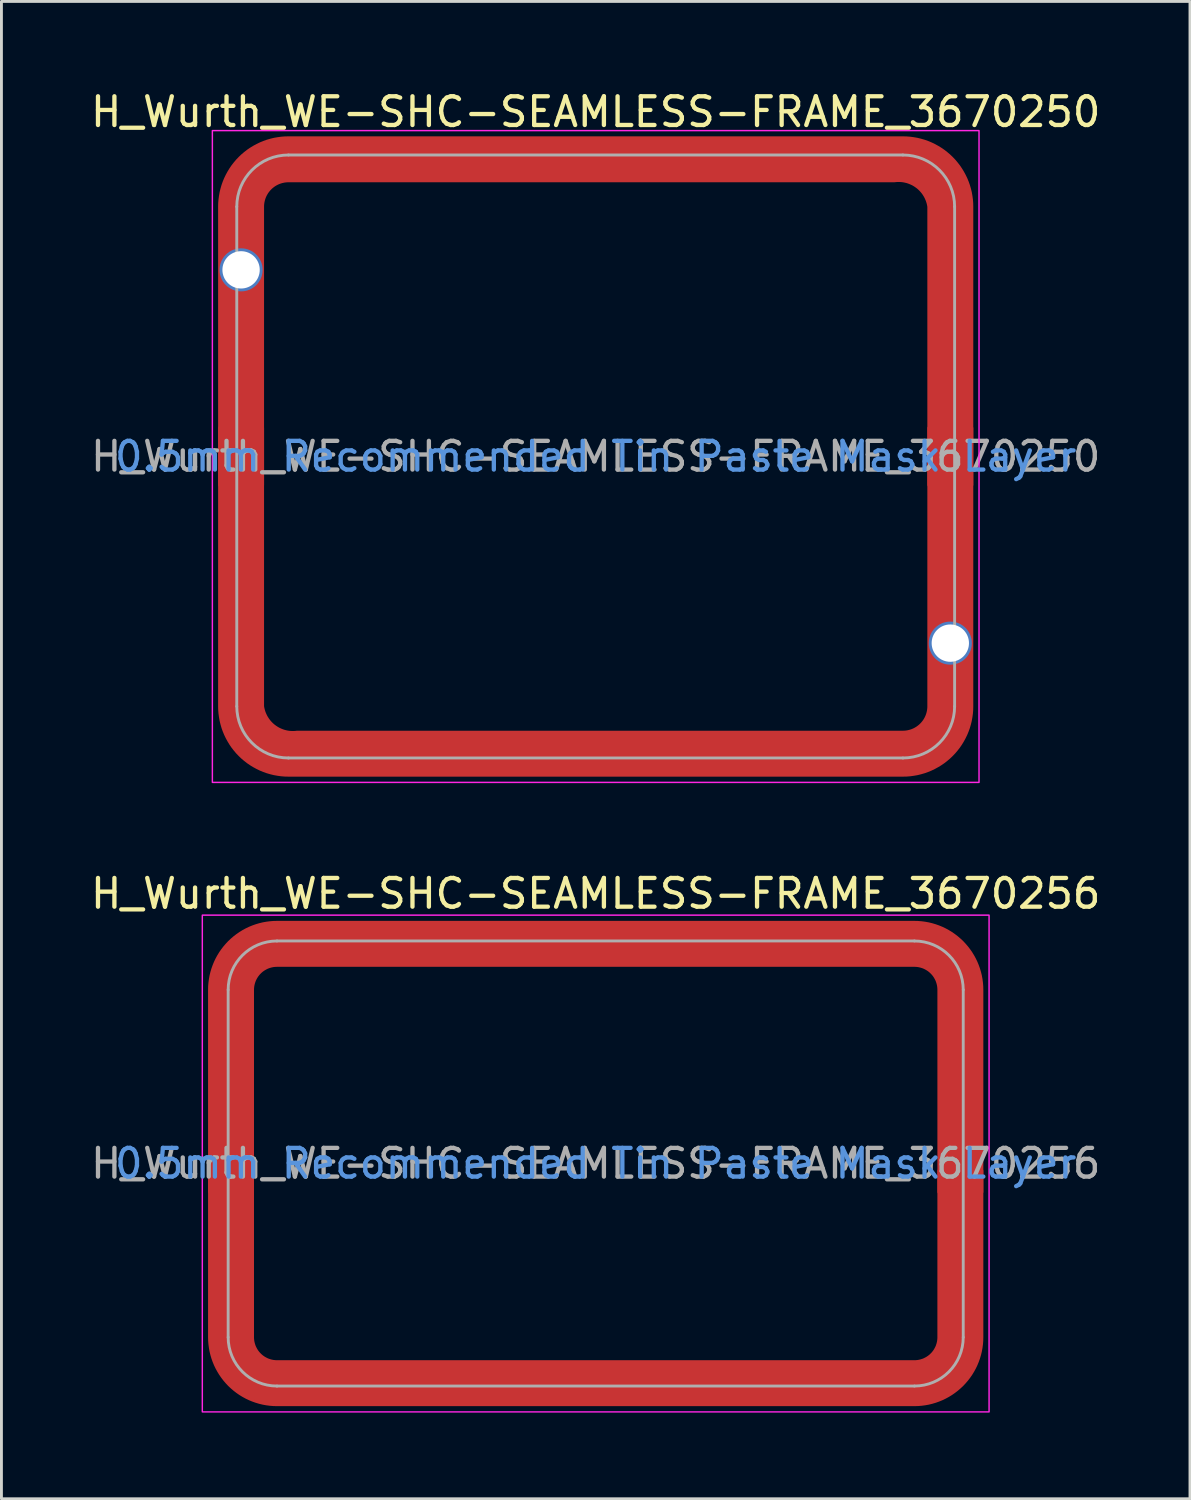
<source format=kicad_pcb>
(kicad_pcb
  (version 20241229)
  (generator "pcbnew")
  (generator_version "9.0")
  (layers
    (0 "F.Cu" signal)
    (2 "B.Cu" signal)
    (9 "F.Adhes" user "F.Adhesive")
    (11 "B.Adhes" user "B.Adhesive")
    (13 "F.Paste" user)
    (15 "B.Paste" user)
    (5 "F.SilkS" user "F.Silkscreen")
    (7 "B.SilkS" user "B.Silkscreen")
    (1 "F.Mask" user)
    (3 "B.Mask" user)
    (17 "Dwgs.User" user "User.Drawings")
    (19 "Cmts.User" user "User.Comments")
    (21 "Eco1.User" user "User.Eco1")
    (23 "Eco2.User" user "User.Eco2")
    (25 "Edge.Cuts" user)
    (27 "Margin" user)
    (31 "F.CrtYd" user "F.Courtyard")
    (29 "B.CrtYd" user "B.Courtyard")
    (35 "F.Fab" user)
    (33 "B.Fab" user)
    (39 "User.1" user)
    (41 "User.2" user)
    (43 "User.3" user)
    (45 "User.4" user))
  (footprint "H_Wurth_WE-SHC-SEAMLESS-FRAME_3670256"
    (layer "F.Cu")
    (at 17.696 37.471)
    (property "Reference" "H_Wurth_WE-SHC-SEAMLESS-FRAME_3670256" (at 0 -9.4 0) (unlocked yes) (layer "F.SilkS") (effects (font (size 1 1) (thickness 0.15))))
    (attr smd)
    (fp_poly (pts (xy 11.95 0.25) (xy 13.45 0.25) (xy 13.45 6.05) (xy 13.447 6.173) (xy 13.437 6.296) (xy 13.421 6.418) (xy 13.399 6.539) (xy 13.37 6.658) (xy 13.335 6.776) (xy 13.294 6.892) (xy 13.247 7.006) (xy 13.194 7.117) (xy 13.135 7.225) (xy 13.071 7.33) (xy 13.001 7.431) (xy 12.926 7.529) (xy 12.846 7.622) (xy 12.762 7.712) (xy 12.672 7.796) (xy 12.579 7.876) (xy 12.481 7.951) (xy 12.38 8.021) (xy 12.275 8.085) (xy 12.167 8.144) (xy 12.056 8.197) (xy 11.942 8.244) (xy 11.826 8.285) (xy 11.708 8.32) (xy 11.589 8.349) (xy 11.468 8.371) (xy 11.346 8.387) (xy 11.223 8.397) (xy 11.1 8.4) (xy -11.1 8.4) (xy -11.223 8.397) (xy -11.346 8.387) (xy -11.468 8.371) (xy -11.589 8.349) (xy -11.708 8.32) (xy -11.826 8.285) (xy -11.942 8.244) (xy -12.056 8.197) (xy -12.167 8.144) (xy -12.275 8.085) (xy -12.38 8.021) (xy -12.481 7.951) (xy -12.579 7.876) (xy -12.672 7.796) (xy -12.762 7.712) (xy -12.846 7.622) (xy -12.926 7.529) (xy -13.001 7.431) (xy -13.071 7.33) (xy -13.135 7.225) (xy -13.194 7.117) (xy -13.247 7.006) (xy -13.294 6.892) (xy -13.335 6.776) (xy -13.37 6.658) (xy -13.399 6.539) (xy -13.421 6.418) (xy -13.437 6.296) (xy -13.447 6.173) (xy -13.45 6.05) (xy -13.45 0.25) (xy -11.95 0.25) (xy -11.95 6.05) (xy -11.949 6.094) (xy -11.945 6.139) (xy -11.94 6.183) (xy -11.931 6.227) (xy -11.921 6.27) (xy -11.908 6.313) (xy -11.894 6.355) (xy -11.877 6.396) (xy -11.857 6.436) (xy -11.836 6.475) (xy -11.813 6.513) (xy -11.788 6.55) (xy -11.761 6.585) (xy -11.732 6.619) (xy -11.701 6.651) (xy -11.669 6.682) (xy -11.635 6.711) (xy -11.6 6.738) (xy -11.563 6.763) (xy -11.525 6.786) (xy -11.486 6.807) (xy -11.446 6.827) (xy -11.405 6.844) (xy -11.363 6.858) (xy -11.32 6.871) (xy -11.277 6.881) (xy -11.233 6.89) (xy -11.189 6.895) (xy -11.144 6.899) (xy -11.1 6.9) (xy 11.1 6.9) (xy 11.144 6.899) (xy 11.189 6.895) (xy 11.233 6.89) (xy 11.277 6.881) (xy 11.32 6.871) (xy 11.363 6.858) (xy 11.405 6.844) (xy 11.446 6.827) (xy 11.486 6.807) (xy 11.525 6.786) (xy 11.563 6.763) (xy 11.6 6.738) (xy 11.635 6.711) (xy 11.669 6.682) (xy 11.701 6.651) (xy 11.732 6.619) (xy 11.761 6.585) (xy 11.788 6.55) (xy 11.813 6.513) (xy 11.836 6.475) (xy 11.857 6.436) (xy 11.877 6.396) (xy 11.894 6.355) (xy 11.908 6.313) (xy 11.921 6.27) (xy 11.931 6.227) (xy 11.94 6.183) (xy 11.945 6.139) (xy 11.949 6.094) (xy 11.95 6.05) (xy 11.95 0.25)) (stroke (width 0.1) (type solid)) (fill yes) (layer "F.Cu"))
    (fp_poly (pts (xy 11.95 0.25) (xy 13.45 0.25) (xy 13.45 6.05) (xy 13.447 6.173) (xy 13.437 6.296) (xy 13.421 6.418) (xy 13.399 6.539) (xy 13.37 6.658) (xy 13.335 6.776) (xy 13.294 6.892) (xy 13.247 7.006) (xy 13.194 7.117) (xy 13.135 7.225) (xy 13.071 7.33) (xy 13.001 7.431) (xy 12.926 7.529) (xy 12.846 7.622) (xy 12.762 7.712) (xy 12.672 7.796) (xy 12.579 7.876) (xy 12.481 7.951) (xy 12.38 8.021) (xy 12.275 8.085) (xy 12.167 8.144) (xy 12.056 8.197) (xy 11.942 8.244) (xy 11.826 8.285) (xy 11.708 8.32) (xy 11.589 8.349) (xy 11.468 8.371) (xy 11.346 8.387) (xy 11.223 8.397) (xy 11.1 8.4) (xy -11.1 8.4) (xy -11.223 8.397) (xy -11.346 8.387) (xy -11.468 8.371) (xy -11.589 8.349) (xy -11.708 8.32) (xy -11.826 8.285) (xy -11.942 8.244) (xy -12.056 8.197) (xy -12.167 8.144) (xy -12.275 8.085) (xy -12.38 8.021) (xy -12.481 7.951) (xy -12.579 7.876) (xy -12.672 7.796) (xy -12.762 7.712) (xy -12.846 7.622) (xy -12.926 7.529) (xy -13.001 7.431) (xy -13.071 7.33) (xy -13.135 7.225) (xy -13.194 7.117) (xy -13.247 7.006) (xy -13.294 6.892) (xy -13.335 6.776) (xy -13.37 6.658) (xy -13.399 6.539) (xy -13.421 6.418) (xy -13.437 6.296) (xy -13.447 6.173) (xy -13.45 6.05) (xy -13.45 0.25) (xy -11.95 0.25) (xy -11.95 6.05) (xy -11.949 6.094) (xy -11.945 6.139) (xy -11.94 6.183) (xy -11.931 6.227) (xy -11.921 6.27) (xy -11.908 6.313) (xy -11.894 6.355) (xy -11.877 6.396) (xy -11.857 6.436) (xy -11.836 6.475) (xy -11.813 6.513) (xy -11.788 6.55) (xy -11.761 6.585) (xy -11.732 6.619) (xy -11.701 6.651) (xy -11.669 6.682) (xy -11.635 6.711) (xy -11.6 6.738) (xy -11.563 6.763) (xy -11.525 6.786) (xy -11.486 6.807) (xy -11.446 6.827) (xy -11.405 6.844) (xy -11.363 6.858) (xy -11.32 6.871) (xy -11.277 6.881) (xy -11.233 6.89) (xy -11.189 6.895) (xy -11.144 6.899) (xy -11.1 6.9) (xy 11.1 6.9) (xy 11.144 6.899) (xy 11.189 6.895) (xy 11.233 6.89) (xy 11.277 6.881) (xy 11.32 6.871) (xy 11.363 6.858) (xy 11.405 6.844) (xy 11.446 6.827) (xy 11.486 6.807) (xy 11.525 6.786) (xy 11.563 6.763) (xy 11.6 6.738) (xy 11.635 6.711) (xy 11.669 6.682) (xy 11.701 6.651) (xy 11.732 6.619) (xy 11.761 6.585) (xy 11.788 6.55) (xy 11.813 6.513) (xy 11.836 6.475) (xy 11.857 6.436) (xy 11.877 6.396) (xy 11.894 6.355) (xy 11.908 6.313) (xy 11.921 6.27) (xy 11.931 6.227) (xy 11.94 6.183) (xy 11.945 6.139) (xy 11.949 6.094) (xy 11.95 6.05) (xy 11.95 0.25)) (stroke (width 0.1) (type solid)) (fill yes) (layer "F.Mask"))
    (fp_poly (pts (xy 11.95 0.25) (xy 13.45 0.25) (xy 13.45 6.05) (xy 13.447 6.173) (xy 13.437 6.296) (xy 13.421 6.418) (xy 13.399 6.539) (xy 13.37 6.658) (xy 13.335 6.776) (xy 13.294 6.892) (xy 13.247 7.006) (xy 13.194 7.117) (xy 13.135 7.225) (xy 13.071 7.33) (xy 13.001 7.431) (xy 12.926 7.529) (xy 12.846 7.622) (xy 12.762 7.712) (xy 12.672 7.796) (xy 12.579 7.876) (xy 12.481 7.951) (xy 12.38 8.021) (xy 12.275 8.085) (xy 12.167 8.144) (xy 12.056 8.197) (xy 11.942 8.244) (xy 11.826 8.285) (xy 11.708 8.32) (xy 11.589 8.349) (xy 11.468 8.371) (xy 11.346 8.387) (xy 11.223 8.397) (xy 11.1 8.4) (xy -11.1 8.4) (xy -11.223 8.397) (xy -11.346 8.387) (xy -11.468 8.371) (xy -11.589 8.349) (xy -11.708 8.32) (xy -11.826 8.285) (xy -11.942 8.244) (xy -12.056 8.197) (xy -12.167 8.144) (xy -12.275 8.085) (xy -12.38 8.021) (xy -12.481 7.951) (xy -12.579 7.876) (xy -12.672 7.796) (xy -12.762 7.712) (xy -12.846 7.622) (xy -12.926 7.529) (xy -13.001 7.431) (xy -13.071 7.33) (xy -13.135 7.225) (xy -13.194 7.117) (xy -13.247 7.006) (xy -13.294 6.892) (xy -13.335 6.776) (xy -13.37 6.658) (xy -13.399 6.539) (xy -13.421 6.418) (xy -13.437 6.296) (xy -13.447 6.173) (xy -13.45 6.05) (xy -13.45 0.25) (xy -11.95 0.25) (xy -11.95 6.05) (xy -11.949 6.094) (xy -11.945 6.139) (xy -11.94 6.183) (xy -11.931 6.227) (xy -11.921 6.27) (xy -11.908 6.313) (xy -11.894 6.355) (xy -11.877 6.396) (xy -11.857 6.436) (xy -11.836 6.475) (xy -11.813 6.513) (xy -11.788 6.55) (xy -11.761 6.585) (xy -11.732 6.619) (xy -11.701 6.651) (xy -11.669 6.682) (xy -11.635 6.711) (xy -11.6 6.738) (xy -11.563 6.763) (xy -11.525 6.786) (xy -11.486 6.807) (xy -11.446 6.827) (xy -11.405 6.844) (xy -11.363 6.858) (xy -11.32 6.871) (xy -11.277 6.881) (xy -11.233 6.89) (xy -11.189 6.895) (xy -11.144 6.899) (xy -11.1 6.9) (xy 11.1 6.9) (xy 11.144 6.899) (xy 11.189 6.895) (xy 11.233 6.89) (xy 11.277 6.881) (xy 11.32 6.871) (xy 11.363 6.858) (xy 11.405 6.844) (xy 11.446 6.827) (xy 11.486 6.807) (xy 11.525 6.786) (xy 11.563 6.763) (xy 11.6 6.738) (xy 11.635 6.711) (xy 11.669 6.682) (xy 11.701 6.651) (xy 11.732 6.619) (xy 11.761 6.585) (xy 11.788 6.55) (xy 11.813 6.513) (xy 11.836 6.475) (xy 11.857 6.436) (xy 11.877 6.396) (xy 11.894 6.355) (xy 11.908 6.313) (xy 11.921 6.27) (xy 11.931 6.227) (xy 11.94 6.183) (xy 11.945 6.139) (xy 11.949 6.094) (xy 11.95 6.05) (xy 11.95 0.25)) (stroke (width 0.1) (type solid)) (fill yes) (layer "F.Paste"))
    (fp_rect (start -13.7 -8.65) (end 13.7 8.65) (stroke (width 0.05) (type solid)) (fill no) (layer "F.CrtYd"))
    (fp_line (start -12.8 6.05) (end -12.8 -6.05) (stroke (width 0.1) (type solid)) (layer "F.Fab"))
    (fp_line (start -11.1 -7.75) (end 11.1 -7.75) (stroke (width 0.1) (type solid)) (layer "F.Fab"))
    (fp_line (start -11.1 7.75) (end 11.1 7.75) (stroke (width 0.1) (type solid)) (layer "F.Fab"))
    (fp_line (start 12.8 6.05) (end 12.8 -6.05) (stroke (width 0.1) (type solid)) (layer "F.Fab"))
    (fp_arc (start -12.8 -6.05) (mid -12.302082 -7.252082) (end -11.1 -7.75) (stroke (width 0.1) (type default)) (layer "F.Fab"))
    (fp_arc (start -11.1 7.75) (mid -12.302082 7.252082) (end -12.8 6.05) (stroke (width 0.1) (type default)) (layer "F.Fab"))
    (fp_arc (start 11.1 -7.75) (mid 12.302082 -7.252082) (end 12.8 -6.05) (stroke (width 0.1) (type default)) (layer "F.Fab"))
    (fp_arc (start 12.8 6.05) (mid 12.302082 7.252082) (end 11.1 7.75) (stroke (width 0.1) (type default)) (layer "F.Fab"))
    (fp_text user "0.5mm Recommended Tin Paste Mask Layer" (at 0 0 0) (unlocked yes) (layer "Cmts.User") (effects (font (size 1 1) (thickness 0.15))))
    (fp_text user "${REFERENCE}" (at 0 0 0) (unlocked yes) (layer "F.Fab") (effects (font (size 1 1) (thickness 0.15))))
    (pad "1" smd custom (at -12.7 0) (size 1 10) (layers "F.Cu" "F.Mask" "F.Paste") (options (anchor rect)) (primitives (gr_poly (pts (xy 0.75 1) (xy -0.75 1) (xy -0.75 -6.05) (xy -0.747 -6.173) (xy -0.737 -6.296) (xy -0.721 -6.418) (xy -0.699 -6.539) (xy -0.67 -6.658) (xy -0.635 -6.776) (xy -0.594 -6.892) (xy -0.547 -7.006) (xy -0.494 -7.117) (xy -0.435 -7.225) (xy -0.371 -7.33) (xy -0.301 -7.431) (xy -0.226 -7.529) (xy -0.146 -7.622) (xy -0.062 -7.712) (xy 0.028 -7.796) (xy 0.121 -7.876) (xy 0.219 -7.951) (xy 0.32 -8.021) (xy 0.425 -8.085) (xy 0.533 -8.144) (xy 0.644 -8.197) (xy 0.758 -8.244) (xy 0.874 -8.285) (xy 0.992 -8.32) (xy 1.111 -8.349) (xy 1.232 -8.371) (xy 1.354 -8.387) (xy 1.477 -8.397) (xy 1.6 -8.4) (xy 23.8 -8.4) (xy 23.923 -8.397) (xy 24.046 -8.387) (xy 24.168 -8.371) (xy 24.289 -8.349) (xy 24.408 -8.32) (xy 24.526 -8.285) (xy 24.642 -8.244) (xy 24.756 -8.197) (xy 24.867 -8.144) (xy 24.975 -8.085) (xy 25.08 -8.021) (xy 25.181 -7.951) (xy 25.279 -7.876) (xy 25.372 -7.796) (xy 25.462 -7.712) (xy 25.546 -7.622) (xy 25.626 -7.529) (xy 25.701 -7.431) (xy 25.771 -7.33) (xy 25.835 -7.225) (xy 25.894 -7.117) (xy 25.947 -7.006) (xy 25.994 -6.892) (xy 26.035 -6.776) (xy 26.07 -6.658) (xy 26.099 -6.539) (xy 26.121 -6.418) (xy 26.137 -6.296) (xy 26.147 -6.173) (xy 26.15 -6.05) (xy 26.15 1) (xy 24.65 1) (xy 24.65 -6.05) (xy 24.649 -6.094) (xy 24.645 -6.139) (xy 24.64 -6.183) (xy 24.631 -6.227) (xy 24.621 -6.27) (xy 24.608 -6.313) (xy 24.594 -6.355) (xy 24.577 -6.396) (xy 24.557 -6.436) (xy 24.536 -6.475) (xy 24.513 -6.513) (xy 24.488 -6.55) (xy 24.461 -6.585) (xy 24.432 -6.619) (xy 24.401 -6.651) (xy 24.369 -6.682) (xy 24.335 -6.711) (xy 24.3 -6.738) (xy 24.263 -6.763) (xy 24.225 -6.786) (xy 24.186 -6.807) (xy 24.146 -6.827) (xy 24.105 -6.844) (xy 24.063 -6.858) (xy 24.02 -6.871) (xy 23.977 -6.881) (xy 23.933 -6.89) (xy 23.889 -6.895) (xy 23.844 -6.899) (xy 23.8 -6.9) (xy 1.6 -6.9) (xy 1.556 -6.899) (xy 1.511 -6.895) (xy 1.467 -6.89) (xy 1.423 -6.881) (xy 1.38 -6.871) (xy 1.337 -6.858) (xy 1.295 -6.844) (xy 1.254 -6.827) (xy 1.214 -6.807) (xy 1.175 -6.786) (xy 1.137 -6.763) (xy 1.1 -6.738) (xy 1.065 -6.711) (xy 1.031 -6.682) (xy 0.999 -6.651) (xy 0.968 -6.619) (xy 0.939 -6.585) (xy 0.912 -6.55) (xy 0.887 -6.513) (xy 0.864 -6.475) (xy 0.843 -6.436) (xy 0.823 -6.396) (xy 0.806 -6.355) (xy 0.792 -6.313) (xy 0.779 -6.27) (xy 0.769 -6.227) (xy 0.76 -6.183) (xy 0.755 -6.139) (xy 0.751 -6.094) (xy 0.75 -6.05) (xy 0.75 1)) (width 0.1) (fill yes)))))
  (footprint "H_Wurth_WE-SHC-SEAMLESS-FRAME_3670250"
    (layer "F.Cu")
    (at 17.696 12.848)
    (property "Reference" "H_Wurth_WE-SHC-SEAMLESS-FRAME_3670250" (at 0 -12 0) (unlocked yes) (layer "F.SilkS") (effects (font (size 1 1) (thickness 0.15))))
    (attr smd)
    (fp_rect (start -13.35 -11.35) (end 13.35 11.35) (stroke (width 0.05) (type solid)) (fill no) (layer "F.CrtYd"))
    (fp_line (start -12.5 8.7) (end -12.5 -8.7) (stroke (width 0.1) (type solid)) (layer "F.Fab"))
    (fp_line (start -10.7 -10.5) (end 10.7 -10.5) (stroke (width 0.1) (type solid)) (layer "F.Fab"))
    (fp_line (start -10.7 10.5) (end 10.7 10.5) (stroke (width 0.1) (type solid)) (layer "F.Fab"))
    (fp_line (start 12.5 8.7) (end 12.5 -8.7) (stroke (width 0.1) (type solid)) (layer "F.Fab"))
    (fp_arc (start -12.5 -8.7) (mid -11.972792 -9.972792) (end -10.7 -10.5) (stroke (width 0.1) (type default)) (layer "F.Fab"))
    (fp_arc (start -10.7 10.5) (mid -11.972792 9.972792) (end -12.5 8.7) (stroke (width 0.1) (type default)) (layer "F.Fab"))
    (fp_arc (start 10.7 -10.5) (mid 11.972792 -9.972792) (end 12.5 -8.7) (stroke (width 0.1) (type default)) (layer "F.Fab"))
    (fp_arc (start 12.5 8.7) (mid 11.972792 9.972792) (end 10.7 10.5) (stroke (width 0.1) (type default)) (layer "F.Fab"))
    (fp_text user "0.5mm Recommended Tin Paste Mask Layer" (at 0 0 0) (unlocked yes) (layer "Cmts.User") (effects (font (size 1 1) (thickness 0.15))))
    (fp_text user "${REFERENCE}" (at 0 0 0) (unlocked yes) (layer "F.Fab") (effects (font (size 1 1) (thickness 0.15))))
    (pad "1" thru_hole circle (at -12.35 -6.5) (size 1.5 1.5) (drill 1.3) (layers "*.Cu" "*.Mask"))
    (pad "1" smd custom (at 0 -10.35) (size 19.2 1.5) (layers "F.Cu" "F.Mask" "F.Paste") (options (anchor rect)) (primitives (gr_poly (pts (xy -11.6 11.35) (xy -13.1 11.35) (xy -13.1 1.65) (xy -13.097 1.524) (xy -13.087 1.399) (xy -13.07 1.275) (xy -13.048 1.151) (xy -13.018 1.029) (xy -12.983 0.908) (xy -12.941 0.79) (xy -12.893 0.674) (xy -12.838 0.56) (xy -12.778 0.45) (xy -12.713 0.343) (xy -12.642 0.239) (xy -12.565 0.14) (xy -12.484 0.044) (xy -12.397 -0.047) (xy -12.306 -0.134) (xy -12.21 -0.215) (xy -12.111 -0.292) (xy -12.007 -0.363) (xy -11.9 -0.428) (xy -11.79 -0.488) (xy -11.676 -0.543) (xy -11.56 -0.591) (xy -11.442 -0.633) (xy -11.321 -0.668) (xy -11.199 -0.698) (xy -11.075 -0.72) (xy -10.951 -0.737) (xy -10.826 -0.747) (xy -10.7 -0.75) (xy 10.7 -0.75) (xy 10.826 -0.747) (xy 10.951 -0.737) (xy 11.075 -0.72) (xy 11.199 -0.698) (xy 11.321 -0.668) (xy 11.442 -0.633) (xy 11.56 -0.591) (xy 11.676 -0.543) (xy 11.79 -0.488) (xy 11.9 -0.428) (xy 12.007 -0.363) (xy 12.111 -0.292) (xy 12.21 -0.215) (xy 12.306 -0.134) (xy 12.397 -0.047) (xy 12.484 0.044) (xy 12.565 0.14) (xy 12.642 0.239) (xy 12.713 0.343) (xy 12.778 0.45) (xy 12.838 0.56) (xy 12.893 0.674) (xy 12.941 0.79) (xy 12.983 0.908) (xy 13.018 1.029) (xy 13.048 1.151) (xy 13.07 1.275) (xy 13.087 1.399) (xy 13.097 1.524) (xy 13.1 1.65) (xy 13.1 11.35) (xy 11.6 11.35) (xy 11.6 1.65) (xy 11.591 1.598) (xy 11.579 1.543) (xy 11.564 1.49) (xy 11.547 1.437) (xy 11.526 1.386) (xy 11.503 1.335) (xy 11.478 1.286) (xy 11.449 1.238) (xy 11.419 1.192) (xy 11.386 1.147) (xy 11.35 1.104) (xy 11.313 1.063) (xy 11.273 1.024) (xy 11.232 0.987) (xy 11.188 0.953) (xy 11.143 0.921) (xy 11.096 0.891) (xy 11.048 0.863) (xy 10.998 0.839) (xy 10.947 0.817) (xy 10.895 0.797) (xy 10.842 0.78) (xy 10.789 0.767) (xy 10.734 0.755) (xy 10.679 0.747) (xy 10.624 0.742) (xy 10.569 0.74) (xy 10.513 0.74) (xy 10.458 0.743) (xy 10.4 0.75) (xy -10.7 0.75) (xy -10.747 0.751) (xy -10.794 0.755) (xy -10.841 0.761) (xy -10.887 0.77) (xy -10.933 0.781) (xy -10.978 0.794) (xy -11.023 0.81) (xy -11.066 0.828) (xy -11.109 0.848) (xy -11.15 0.871) (xy -11.19 0.895) (xy -11.229 0.922) (xy -11.266 0.951) (xy -11.302 0.981) (xy -11.336 1.014) (xy -11.369 1.048) (xy -11.399 1.084) (xy -11.428 1.121) (xy -11.455 1.16) (xy -11.479 1.2) (xy -11.502 1.241) (xy -11.522 1.284) (xy -11.54 1.327) (xy -11.556 1.372) (xy -11.569 1.417) (xy -11.58 1.463) (xy -11.589 1.509) (xy -11.595 1.556) (xy -11.599 1.603) (xy -11.6 1.65) (xy -11.6 11.35)) (width 0.1) (fill yes))))
    (pad "1" smd custom (at 0 10.35) (size 21.4 1.5) (layers "F.Cu" "F.Mask" "F.Paste") (options (anchor rect)) (primitives (gr_poly (pts (xy 11.6 -11.35) (xy 13.1 -11.35) (xy 13.1 -1.65) (xy 13.097 -1.524) (xy 13.087 -1.399) (xy 13.07 -1.275) (xy 13.048 -1.151) (xy 13.018 -1.029) (xy 12.983 -0.908) (xy 12.941 -0.79) (xy 12.893 -0.674) (xy 12.838 -0.56) (xy 12.778 -0.45) (xy 12.713 -0.343) (xy 12.642 -0.239) (xy 12.565 -0.14) (xy 12.484 -0.044) (xy 12.397 0.047) (xy 12.306 0.134) (xy 12.21 0.215) (xy 12.111 0.292) (xy 12.007 0.363) (xy 11.9 0.428) (xy 11.79 0.488) (xy 11.676 0.543) (xy 11.56 0.591) (xy 11.442 0.633) (xy 11.321 0.668) (xy 11.199 0.698) (xy 11.075 0.72) (xy 10.951 0.737) (xy 10.826 0.747) (xy 10.7 0.75) (xy -10.7 0.75) (xy -10.826 0.747) (xy -10.951 0.737) (xy -11.075 0.72) (xy -11.199 0.698) (xy -11.321 0.668) (xy -11.442 0.633) (xy -11.56 0.591) (xy -11.676 0.543) (xy -11.79 0.488) (xy -11.9 0.428) (xy -12.007 0.363) (xy -12.111 0.292) (xy -12.21 0.215) (xy -12.306 0.134) (xy -12.397 0.047) (xy -12.484 -0.044) (xy -12.565 -0.14) (xy -12.642 -0.239) (xy -12.713 -0.343) (xy -12.778 -0.45) (xy -12.838 -0.56) (xy -12.893 -0.674) (xy -12.941 -0.79) (xy -12.983 -0.908) (xy -13.018 -1.029) (xy -13.048 -1.151) (xy -13.07 -1.275) (xy -13.087 -1.399) (xy -13.097 -1.524) (xy -13.1 -1.65) (xy -13.1 -11.35) (xy -11.6 -11.35) (xy -11.6 -1.65) (xy -11.591 -1.598) (xy -11.579 -1.543) (xy -11.564 -1.49) (xy -11.547 -1.437) (xy -11.526 -1.386) (xy -11.503 -1.335) (xy -11.478 -1.286) (xy -11.449 -1.238) (xy -11.419 -1.192) (xy -11.386 -1.147) (xy -11.35 -1.104) (xy -11.313 -1.063) (xy -11.273 -1.024) (xy -11.232 -0.987) (xy -11.188 -0.953) (xy -11.143 -0.921) (xy -11.096 -0.891) (xy -11.048 -0.863) (xy -10.998 -0.839) (xy -10.947 -0.817) (xy -10.895 -0.797) (xy -10.842 -0.78) (xy -10.789 -0.767) (xy -10.734 -0.755) (xy -10.679 -0.747) (xy -10.624 -0.742) (xy -10.569 -0.74) (xy -10.513 -0.74) (xy -10.458 -0.743) (xy -10.4 -0.75) (xy 10.7 -0.75) (xy 10.747 -0.751) (xy 10.794 -0.755) (xy 10.841 -0.761) (xy 10.887 -0.77) (xy 10.933 -0.781) (xy 10.978 -0.794) (xy 11.023 -0.81) (xy 11.066 -0.828) (xy 11.109 -0.848) (xy 11.15 -0.871) (xy 11.19 -0.895) (xy 11.229 -0.922) (xy 11.266 -0.951) (xy 11.302 -0.981) (xy 11.336 -1.014) (xy 11.369 -1.048) (xy 11.399 -1.084) (xy 11.428 -1.121) (xy 11.455 -1.16) (xy 11.479 -1.2) (xy 11.502 -1.241) (xy 11.522 -1.284) (xy 11.54 -1.327) (xy 11.556 -1.372) (xy 11.569 -1.417) (xy 11.58 -1.463) (xy 11.589 -1.509) (xy 11.595 -1.556) (xy 11.599 -1.603) (xy 11.6 -1.65) (xy 11.6 -11.35)) (width 0.1) (fill yes))))
    (pad "1" thru_hole circle (at 12.35 6.5) (size 1.5 1.5) (drill 1.3) (layers "*.Cu" "*.Mask")))
  (gr_rect
    (start -3 -3)
    (end 38.393 49.147)
    (stroke (width 0.1) (type default))
    (fill no)
    (layer "Edge.Cuts")))
</source>
